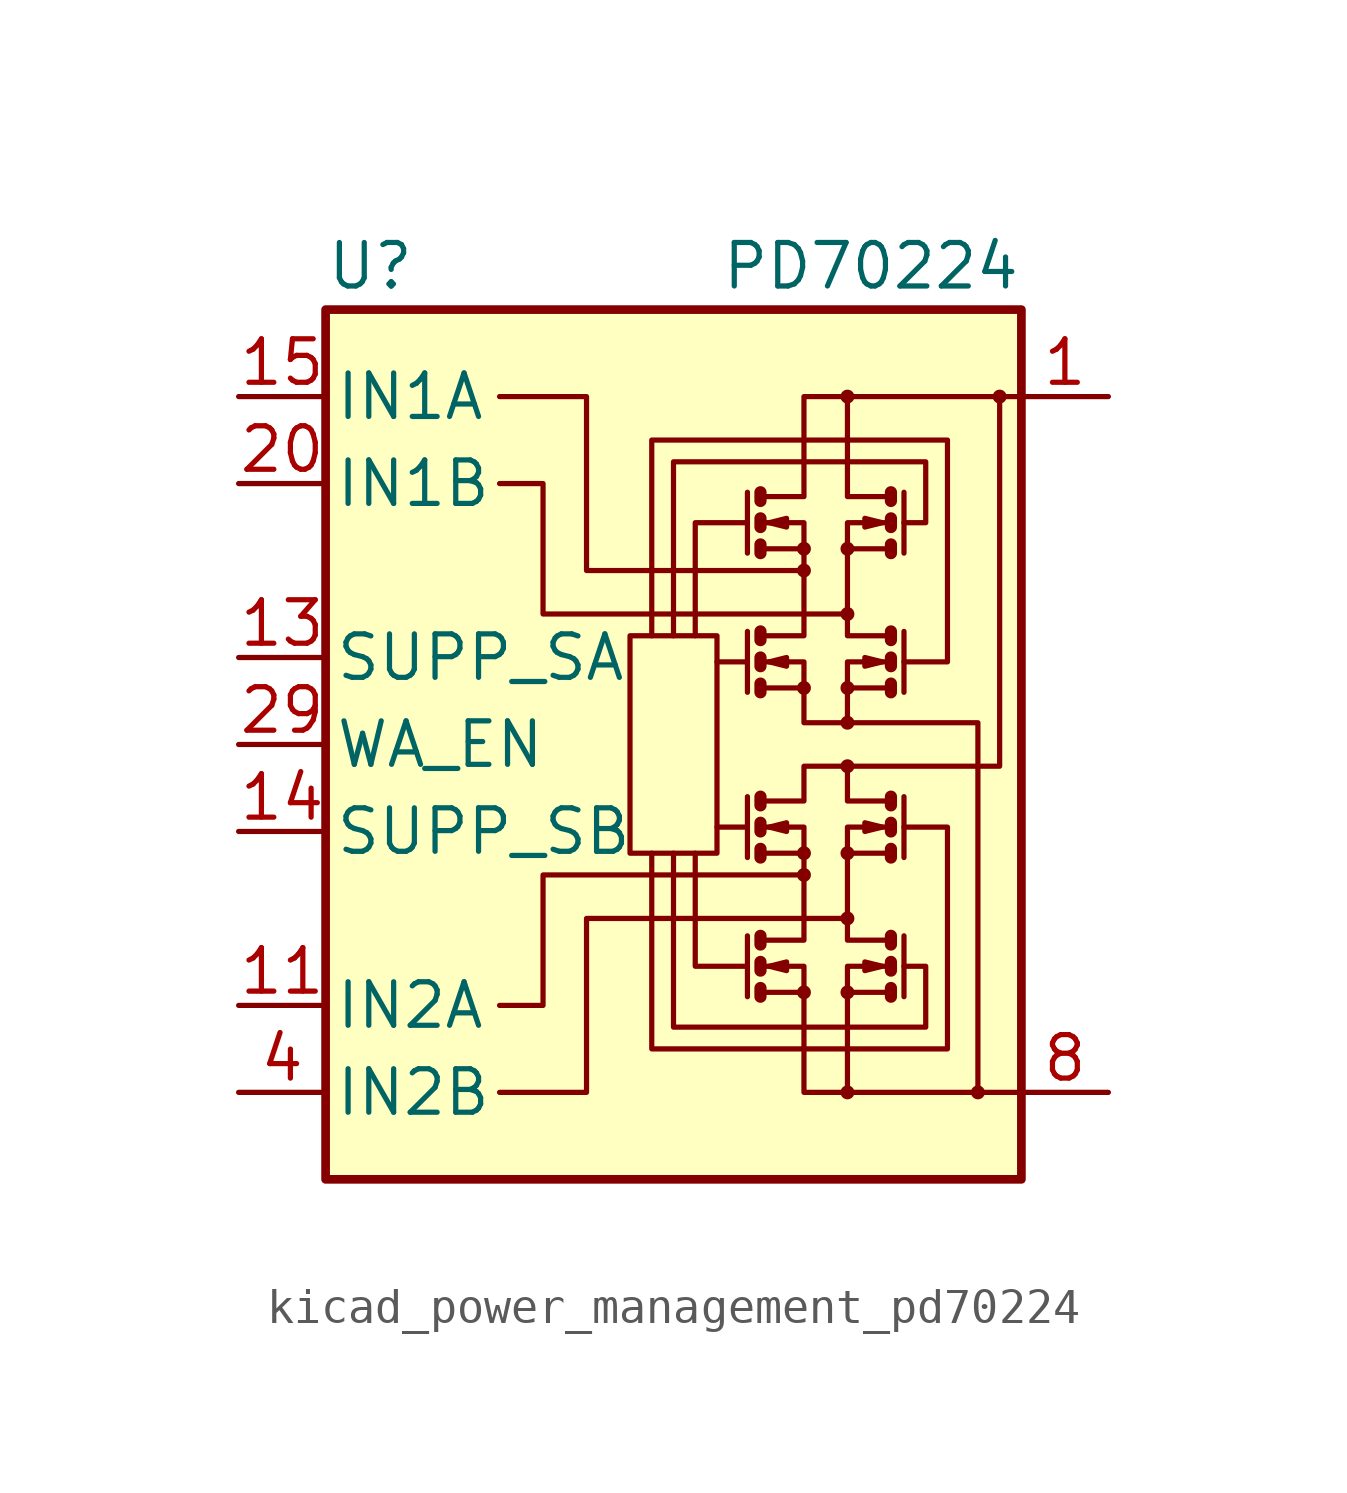
<source format=kicad_sym>
(kicad_symbol_lib
  (version 20220914)
  (generator kicad_symbol_editor)
  (symbol "kicad_power_management_pd70224"
    (pin_names
      (offset 0.254))
    (property "Reference" "U"
      (at -10.16 13.97 0)
      (effects (font (size 1.27 1.27)) (justify left)))
    (property "Value" "PD70224"
      (at 10.16 13.97 0)
      (effects (font (size 1.27 1.27)) (justify right)))
    (symbol "kicad_power_management_pd70224_0_1"
      (rectangle (start -10.16 12.7) (end 10.16 -12.7) (stroke (width 0.254) (type default)) (fill (type background)))
      (rectangle (start -1.27 3.175) (end 1.27 -3.175) (stroke (width 0) (type default)) (fill (type none)))
      (polyline (pts (xy 2.159 -5.588) (xy 2.159 -7.366)) (stroke (width 0) (type default)) (fill (type none)))
      (polyline (pts (xy 2.159 -2.413) (xy 1.27 -2.413)) (stroke (width 0) (type default)) (fill (type none)))
      (polyline (pts (xy 2.159 -1.524) (xy 2.159 -3.302)) (stroke (width 0) (type default)) (fill (type none)))
      (polyline (pts (xy 2.159 2.413) (xy 1.27 2.413)) (stroke (width 0) (type default)) (fill (type none)))
      (polyline (pts (xy 2.159 3.302) (xy 2.159 1.524)) (stroke (width 0) (type default)) (fill (type none)))
      (polyline (pts (xy 2.159 7.366) (xy 2.159 5.588)) (stroke (width 0) (type default)) (fill (type none)))
      (polyline (pts (xy 2.54 -7.239) (xy 3.81 -7.239)) (stroke (width 0) (type default)) (fill (type none)))
      (polyline (pts (xy 2.54 -3.175) (xy 3.81 -3.175)) (stroke (width 0) (type default)) (fill (type none)))
      (polyline (pts (xy 2.54 1.651) (xy 3.81 1.651)) (stroke (width 0) (type default)) (fill (type none)))
      (polyline (pts (xy 2.54 5.715) (xy 3.81 5.715)) (stroke (width 0) (type default)) (fill (type none)))
      (polyline (pts (xy 6.35 -7.239) (xy 5.08 -7.239)) (stroke (width 0) (type default)) (fill (type none)))
      (polyline (pts (xy 6.35 -3.175) (xy 5.08 -3.175)) (stroke (width 0) (type default)) (fill (type none)))
      (polyline (pts (xy 6.35 1.651) (xy 5.08 1.651)) (stroke (width 0) (type default)) (fill (type none)))
      (polyline (pts (xy 6.35 5.715) (xy 5.08 5.715)) (stroke (width 0) (type default)) (fill (type none)))
      (polyline (pts (xy 6.731 -5.588) (xy 6.731 -7.366)) (stroke (width 0) (type default)) (fill (type none)))
      (polyline (pts (xy 6.731 -1.524) (xy 6.731 -3.302)) (stroke (width 0) (type default)) (fill (type none)))
      (polyline (pts (xy 6.731 3.302) (xy 6.731 1.524)) (stroke (width 0) (type default)) (fill (type none)))
      (polyline (pts (xy 6.731 7.366) (xy 6.731 5.588)) (stroke (width 0) (type default)) (fill (type none)))
      (polyline (pts (xy 2.159 -6.477) (xy 0.635 -6.477) (xy 0.635 -3.175)) (stroke (width 0) (type default)) (fill (type none)))
      (polyline (pts (xy 2.159 6.477) (xy 0.635 6.477) (xy 0.635 3.175)) (stroke (width 0) (type default)) (fill (type none)))
      (polyline (pts (xy 2.54 -7.112) (xy 2.54 -7.366) (xy 2.54 -7.366)) (stroke (width 0.356) (type default)) (fill (type none)))
      (polyline (pts (xy 2.54 -6.35) (xy 2.54 -6.604) (xy 2.54 -6.604)) (stroke (width 0.356) (type default)) (fill (type none)))
      (polyline (pts (xy 2.54 -3.048) (xy 2.54 -3.302) (xy 2.54 -3.302)) (stroke (width 0.356) (type default)) (fill (type none)))
      (polyline (pts (xy 2.54 -2.286) (xy 2.54 -2.54) (xy 2.54 -2.54)) (stroke (width 0.356) (type default)) (fill (type none)))
      (polyline (pts (xy 2.54 -1.524) (xy 2.54 -1.778) (xy 2.54 -1.778)) (stroke (width 0.356) (type default)) (fill (type none)))
      (polyline (pts (xy 2.54 1.778) (xy 2.54 1.524) (xy 2.54 1.524)) (stroke (width 0.356) (type default)) (fill (type none)))
      (polyline (pts (xy 2.54 2.54) (xy 2.54 2.286) (xy 2.54 2.286)) (stroke (width 0.356) (type default)) (fill (type none)))
      (polyline (pts (xy 2.54 5.842) (xy 2.54 5.588) (xy 2.54 5.588)) (stroke (width 0.356) (type default)) (fill (type none)))
      (polyline (pts (xy 2.54 6.604) (xy 2.54 6.35) (xy 2.54 6.35)) (stroke (width 0.356) (type default)) (fill (type none)))
      (polyline (pts (xy 2.54 7.366) (xy 2.54 7.112) (xy 2.54 7.112)) (stroke (width 0.356) (type default)) (fill (type none)))
      (polyline (pts (xy 5.08 -10.16) (xy 5.08 -6.477) (xy 6.35 -6.477)) (stroke (width 0) (type default)) (fill (type none)))
      (polyline (pts (xy 6.35 -7.112) (xy 6.35 -7.366) (xy 6.35 -7.366)) (stroke (width 0.356) (type default)) (fill (type none)))
      (polyline (pts (xy 6.35 -6.35) (xy 6.35 -6.604) (xy 6.35 -6.604)) (stroke (width 0.356) (type default)) (fill (type none)))
      (polyline (pts (xy 6.35 -3.048) (xy 6.35 -3.302) (xy 6.35 -3.302)) (stroke (width 0.356) (type default)) (fill (type none)))
      (polyline (pts (xy 6.35 -2.286) (xy 6.35 -2.54) (xy 6.35 -2.54)) (stroke (width 0.356) (type default)) (fill (type none)))
      (polyline (pts (xy 6.35 -1.651) (xy 5.08 -1.651) (xy 5.08 -0.635)) (stroke (width 0) (type default)) (fill (type none)))
      (polyline (pts (xy 6.35 -1.524) (xy 6.35 -1.778) (xy 6.35 -1.778)) (stroke (width 0.356) (type default)) (fill (type none)))
      (polyline (pts (xy 6.35 1.778) (xy 6.35 1.524) (xy 6.35 1.524)) (stroke (width 0.356) (type default)) (fill (type none)))
      (polyline (pts (xy 6.35 2.413) (xy 5.08 2.413) (xy 5.08 0.635)) (stroke (width 0) (type default)) (fill (type none)))
      (polyline (pts (xy 6.35 2.54) (xy 6.35 2.286) (xy 6.35 2.286)) (stroke (width 0.356) (type default)) (fill (type none)))
      (polyline (pts (xy 6.35 5.842) (xy 6.35 5.588) (xy 6.35 5.588)) (stroke (width 0.356) (type default)) (fill (type none)))
      (polyline (pts (xy 6.35 6.604) (xy 6.35 6.35) (xy 6.35 6.35)) (stroke (width 0.356) (type default)) (fill (type none)))
      (polyline (pts (xy 6.35 7.239) (xy 5.08 7.239) (xy 5.08 10.16)) (stroke (width 0) (type default)) (fill (type none)))
      (polyline (pts (xy 6.35 7.366) (xy 6.35 7.112) (xy 6.35 7.112)) (stroke (width 0.356) (type default)) (fill (type none)))
      (polyline (pts (xy -5.08 -10.16) (xy -2.54 -10.16) (xy -2.54 -5.08) (xy 5.08 -5.08)) (stroke (width 0) (type default)) (fill (type none)))
      (polyline (pts (xy 2.54 -6.477) (xy 3.81 -6.477) (xy 3.81 -10.16) (xy 10.16 -10.16)) (stroke (width 0) (type default)) (fill (type none)))
      (polyline (pts (xy 2.54 -2.413) (xy 3.81 -2.413) (xy 3.81 -5.715) (xy 2.54 -5.715)) (stroke (width 0) (type default)) (fill (type none)))
      (polyline (pts (xy 2.54 6.477) (xy 3.81 6.477) (xy 3.81 3.175) (xy 2.54 3.175)) (stroke (width 0) (type default)) (fill (type none)))
      (polyline (pts (xy 2.54 7.239) (xy 3.81 7.239) (xy 3.81 10.16) (xy 10.16 10.16)) (stroke (width 0) (type default)) (fill (type none)))
      (polyline (pts (xy 2.794 -6.477) (xy 3.302 -6.35) (xy 3.302 -6.604) (xy 2.794 -6.477)) (stroke (width 0) (type default)) (fill (type none)))
      (polyline (pts (xy 2.794 -2.413) (xy 3.302 -2.286) (xy 3.302 -2.54) (xy 2.794 -2.413)) (stroke (width 0) (type default)) (fill (type none)))
      (polyline (pts (xy 2.794 2.413) (xy 3.302 2.54) (xy 3.302 2.286) (xy 2.794 2.413)) (stroke (width 0) (type default)) (fill (type none)))
      (polyline (pts (xy 2.794 6.477) (xy 3.302 6.604) (xy 3.302 6.35) (xy 2.794 6.477)) (stroke (width 0) (type default)) (fill (type none)))
      (polyline (pts (xy 3.81 -3.81) (xy -3.81 -3.81) (xy -3.81 -7.62) (xy -5.08 -7.62)) (stroke (width 0) (type default)) (fill (type none)))
      (polyline (pts (xy 3.81 5.08) (xy -2.54 5.08) (xy -2.54 10.16) (xy -5.08 10.16)) (stroke (width 0) (type default)) (fill (type none)))
      (polyline (pts (xy 5.08 3.81) (xy -3.81 3.81) (xy -3.81 7.62) (xy -5.08 7.62)) (stroke (width 0) (type default)) (fill (type none)))
      (polyline (pts (xy 6.096 -6.477) (xy 5.588 -6.35) (xy 5.588 -6.604) (xy 6.096 -6.477)) (stroke (width 0) (type default)) (fill (type none)))
      (polyline (pts (xy 6.096 -2.413) (xy 5.588 -2.286) (xy 5.588 -2.54) (xy 6.096 -2.413)) (stroke (width 0) (type default)) (fill (type none)))
      (polyline (pts (xy 6.096 2.413) (xy 5.588 2.54) (xy 5.588 2.286) (xy 6.096 2.413)) (stroke (width 0) (type default)) (fill (type none)))
      (polyline (pts (xy 6.096 6.477) (xy 5.588 6.604) (xy 5.588 6.35) (xy 6.096 6.477)) (stroke (width 0) (type default)) (fill (type none)))
      (polyline (pts (xy 6.35 -2.413) (xy 5.08 -2.413) (xy 5.08 -5.715) (xy 6.35 -5.715)) (stroke (width 0) (type default)) (fill (type none)))
      (polyline (pts (xy 6.35 6.477) (xy 5.08 6.477) (xy 5.08 3.175) (xy 6.35 3.175)) (stroke (width 0) (type default)) (fill (type none)))
      (polyline (pts (xy -0.635 3.175) (xy -0.635 8.89) (xy 8.001 8.89) (xy 8.001 2.413) (xy 6.731 2.413)) (stroke (width 0) (type default)) (fill (type none)))
      (polyline (pts (xy 0 -3.175) (xy 0 -8.255) (xy 7.366 -8.255) (xy 7.366 -6.477) (xy 6.731 -6.477)) (stroke (width 0) (type default)) (fill (type none)))
      (polyline (pts (xy 2.54 -1.651) (xy 3.81 -1.651) (xy 3.81 -0.635) (xy 9.525 -0.635) (xy 9.525 10.16)) (stroke (width 0) (type default)) (fill (type none)))
      (polyline (pts (xy 2.54 2.413) (xy 3.81 2.413) (xy 3.81 0.635) (xy 8.89 0.635) (xy 8.89 -10.16)) (stroke (width 0) (type default)) (fill (type none)))
      (polyline (pts (xy 6.731 -2.413) (xy 8.001 -2.413) (xy 8.001 -8.89) (xy -0.635 -8.89) (xy -0.635 -3.175)) (stroke (width 0) (type default)) (fill (type none)))
      (polyline (pts (xy 6.731 6.477) (xy 7.366 6.477) (xy 7.366 8.255) (xy 0 8.255) (xy 0 3.175)) (stroke (width 0) (type default)) (fill (type none)))
      (circle (center 3.81 -7.239) (radius 0.127) (stroke (width 0) (type default)) (fill (type none)))
      (circle (center 3.81 -3.81) (radius 0.127) (stroke (width 0) (type default)) (fill (type none)))
      (circle (center 3.81 -3.175) (radius 0.127) (stroke (width 0) (type default)) (fill (type none)))
      (circle (center 3.81 1.651) (radius 0.127) (stroke (width 0) (type default)) (fill (type none)))
      (circle (center 3.81 5.08) (radius 0.127) (stroke (width 0) (type default)) (fill (type none)))
      (circle (center 3.81 5.715) (radius 0.127) (stroke (width 0) (type default)) (fill (type none)))
      (circle (center 5.08 -10.16) (radius 0.127) (stroke (width 0) (type default)) (fill (type none)))
      (circle (center 5.08 -7.239) (radius 0.127) (stroke (width 0) (type default)) (fill (type none)))
      (circle (center 5.08 -5.08) (radius 0.127) (stroke (width 0) (type default)) (fill (type none)))
      (circle (center 5.08 -3.175) (radius 0.127) (stroke (width 0) (type default)) (fill (type none)))
      (circle (center 5.08 -0.635) (radius 0.127) (stroke (width 0) (type default)) (fill (type none)))
      (circle (center 5.08 0.635) (radius 0.127) (stroke (width 0) (type default)) (fill (type none)))
      (circle (center 5.08 1.651) (radius 0.127) (stroke (width 0) (type default)) (fill (type none)))
      (circle (center 5.08 3.81) (radius 0.127) (stroke (width 0) (type default)) (fill (type none)))
      (circle (center 5.08 5.715) (radius 0.127) (stroke (width 0) (type default)) (fill (type none)))
      (circle (center 5.08 10.16) (radius 0.127) (stroke (width 0) (type default)) (fill (type none)))
      (circle (center 8.89 -10.16) (radius 0.127) (stroke (width 0) (type default)) (fill (type none)))
      (circle (center 9.525 10.16) (radius 0.127) (stroke (width 0) (type default)) (fill (type none))))
    (symbol "kicad_power_management_pd70224_1_1"
      (polyline (pts (xy 2.54 -5.588) (xy 2.54 -5.842)) (stroke (width 0.356) (type default)) (fill (type none)))
      (polyline (pts (xy 2.54 3.302) (xy 2.54 3.048)) (stroke (width 0.356) (type default)) (fill (type none)))
      (polyline (pts (xy 6.35 -5.588) (xy 6.35 -5.842)) (stroke (width 0.356) (type default)) (fill (type none)))
      (polyline (pts (xy 6.35 3.302) (xy 6.35 3.048)) (stroke (width 0.356) (type default)) (fill (type none)))
      (pin power_in line (at 12.7 10.16 180) (length 2.54) (name "~" (effects (font (size 1.27 1.27)))) (number "1" (effects (font (size 1.27 1.27)))))
      (pin passive line (at 12.7 -10.16 180) (length 2.54) hide (name "~" (effects (font (size 1.27 1.27)))) (number "10" (effects (font (size 1.27 1.27)))))
      (pin passive line (at -12.7 -7.62 0) (length 2.54) (name "IN2A" (effects (font (size 1.27 1.27)))) (number "11" (effects (font (size 1.27 1.27)))))
      (pin passive line (at -12.7 -7.62 0) (length 2.54) hide (name "IN2A" (effects (font (size 1.27 1.27)))) (number "12" (effects (font (size 1.27 1.27)))))
      (pin input line (at -12.7 2.54 0) (length 2.54) (name "SUPP_SA" (effects (font (size 1.27 1.27)))) (number "13" (effects (font (size 1.27 1.27)))))
      (pin input line (at -12.7 -2.54 0) (length 2.54) (name "SUPP_SB" (effects (font (size 1.27 1.27)))) (number "14" (effects (font (size 1.27 1.27)))))
      (pin passive line (at -12.7 10.16 0) (length 2.54) (name "IN1A" (effects (font (size 1.27 1.27)))) (number "15" (effects (font (size 1.27 1.27)))))
      (pin passive line (at -12.7 10.16 0) (length 2.54) hide (name "IN1A" (effects (font (size 1.27 1.27)))) (number "16" (effects (font (size 1.27 1.27)))))
      (pin passive line (at 12.7 -10.16 180) (length 2.54) hide (name "~" (effects (font (size 1.27 1.27)))) (number "17" (effects (font (size 1.27 1.27)))))
      (pin passive line (at 12.7 -10.16 180) (length 2.54) hide (name "~" (effects (font (size 1.27 1.27)))) (number "18" (effects (font (size 1.27 1.27)))))
      (pin passive line (at 12.7 -10.16 180) (length 2.54) hide (name "~" (effects (font (size 1.27 1.27)))) (number "19" (effects (font (size 1.27 1.27)))))
      (pin passive line (at 12.7 10.16 180) (length 2.54) hide (name "~" (effects (font (size 1.27 1.27)))) (number "2" (effects (font (size 1.27 1.27)))))
      (pin passive line (at -12.7 7.62 0) (length 2.54) (name "IN1B" (effects (font (size 1.27 1.27)))) (number "20" (effects (font (size 1.27 1.27)))))
      (pin passive line (at -12.7 7.62 0) (length 2.54) hide (name "IN1B" (effects (font (size 1.27 1.27)))) (number "21" (effects (font (size 1.27 1.27)))))
      (pin passive line (at -12.7 7.62 0) (length 2.54) hide (name "IN1B" (effects (font (size 1.27 1.27)))) (number "22" (effects (font (size 1.27 1.27)))))
      (pin passive line (at -12.7 7.62 0) (length 2.54) hide (name "IN1B" (effects (font (size 1.27 1.27)))) (number "23" (effects (font (size 1.27 1.27)))))
      (pin passive line (at 12.7 10.16 180) (length 2.54) hide (name "~" (effects (font (size 1.27 1.27)))) (number "24" (effects (font (size 1.27 1.27)))))
      (pin passive line (at 12.7 10.16 180) (length 2.54) hide (name "~" (effects (font (size 1.27 1.27)))) (number "25" (effects (font (size 1.27 1.27)))))
      (pin passive line (at 12.7 10.16 180) (length 2.54) hide (name "~" (effects (font (size 1.27 1.27)))) (number "26" (effects (font (size 1.27 1.27)))))
      (pin passive line (at -12.7 10.16 0) (length 2.54) hide (name "IN1A" (effects (font (size 1.27 1.27)))) (number "27" (effects (font (size 1.27 1.27)))))
      (pin passive line (at -12.7 10.16 0) (length 2.54) hide (name "IN1A" (effects (font (size 1.27 1.27)))) (number "28" (effects (font (size 1.27 1.27)))))
      (pin input line (at -12.7 0 0) (length 2.54) (name "WA_EN" (effects (font (size 1.27 1.27)))) (number "29" (effects (font (size 1.27 1.27)))))
      (pin passive line (at 12.7 10.16 180) (length 2.54) hide (name "~" (effects (font (size 1.27 1.27)))) (number "3" (effects (font (size 1.27 1.27)))))
      (pin no_connect line (at -10.16 5.08 0) (length 2.54) hide (name "NC" (effects (font (size 1.27 1.27)))) (number "30" (effects (font (size 1.27 1.27)))))
      (pin passive line (at -12.7 -7.62 0) (length 2.54) hide (name "IN2A" (effects (font (size 1.27 1.27)))) (number "31" (effects (font (size 1.27 1.27)))))
      (pin passive line (at -12.7 -7.62 0) (length 2.54) hide (name "IN2A" (effects (font (size 1.27 1.27)))) (number "32" (effects (font (size 1.27 1.27)))))
      (pin passive line (at 12.7 10.16 180) (length 2.54) hide (name "~" (effects (font (size 1.27 1.27)))) (number "33" (effects (font (size 1.27 1.27)))))
      (pin passive line (at 12.7 -10.16 180) (length 2.54) hide (name "~" (effects (font (size 1.27 1.27)))) (number "34" (effects (font (size 1.27 1.27)))))
      (pin passive line (at -12.7 -10.16 0) (length 2.54) (name "IN2B" (effects (font (size 1.27 1.27)))) (number "4" (effects (font (size 1.27 1.27)))))
      (pin passive line (at -12.7 -10.16 0) (length 2.54) hide (name "IN2B" (effects (font (size 1.27 1.27)))) (number "5" (effects (font (size 1.27 1.27)))))
      (pin passive line (at -12.7 -10.16 0) (length 2.54) hide (name "IN2B" (effects (font (size 1.27 1.27)))) (number "6" (effects (font (size 1.27 1.27)))))
      (pin passive line (at -12.7 -10.16 0) (length 2.54) hide (name "IN2B" (effects (font (size 1.27 1.27)))) (number "7" (effects (font (size 1.27 1.27)))))
      (pin power_in line (at 12.7 -10.16 180) (length 2.54) (name "~" (effects (font (size 1.27 1.27)))) (number "8" (effects (font (size 1.27 1.27)))))
      (pin passive line (at 12.7 -10.16 180) (length 2.54) hide (name "~" (effects (font (size 1.27 1.27)))) (number "9" (effects (font (size 1.27 1.27))))))))
</source>
